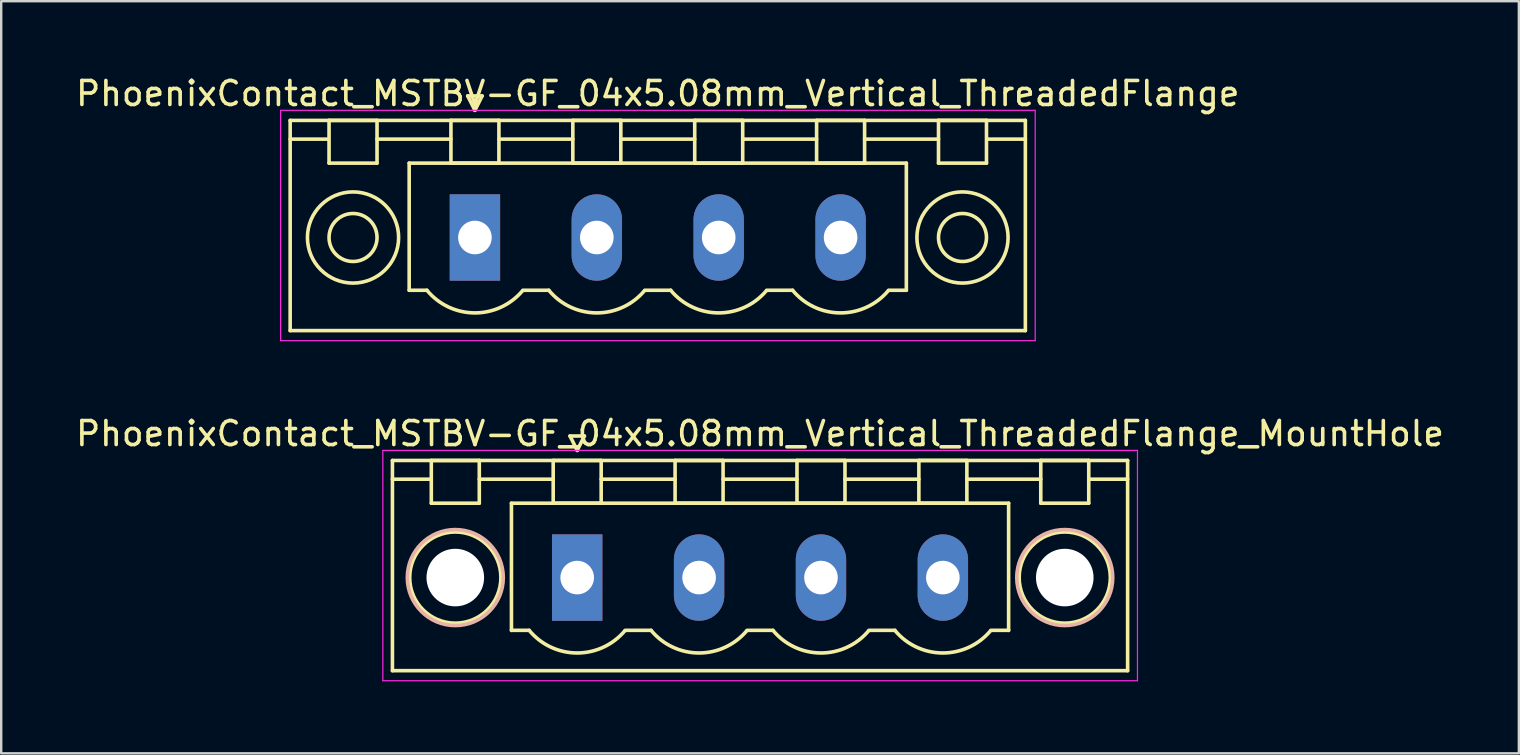
<source format=kicad_pcb>
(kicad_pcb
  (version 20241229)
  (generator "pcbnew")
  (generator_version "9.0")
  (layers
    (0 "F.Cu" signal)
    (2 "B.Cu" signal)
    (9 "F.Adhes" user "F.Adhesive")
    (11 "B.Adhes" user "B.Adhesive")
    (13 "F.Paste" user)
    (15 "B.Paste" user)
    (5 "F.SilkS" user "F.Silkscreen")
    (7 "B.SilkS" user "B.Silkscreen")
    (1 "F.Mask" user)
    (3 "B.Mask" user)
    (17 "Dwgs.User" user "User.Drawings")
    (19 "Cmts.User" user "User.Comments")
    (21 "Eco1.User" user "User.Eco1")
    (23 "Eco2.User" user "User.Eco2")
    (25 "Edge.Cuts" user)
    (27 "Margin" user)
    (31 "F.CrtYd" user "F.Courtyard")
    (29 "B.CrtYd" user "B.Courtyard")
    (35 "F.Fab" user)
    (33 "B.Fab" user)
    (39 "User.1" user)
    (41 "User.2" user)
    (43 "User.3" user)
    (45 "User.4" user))
  (footprint "PhoenixContact_MSTBV-GF_04x5.08mm_Vertical_ThreadedFlange"
    (layer "F.Cu")
    (at 16.743 6.848)
    (property "Reference" "PhoenixContact_MSTBV-GF_04x5.08mm_Vertical_ThreadedFlange" (at 7.62 -6 0) (layer "F.SilkS") (effects (font (size 1 1) (thickness 0.15))))
    (attr through_hole)
    (fp_line (start -7.7 -4.88) (end -7.7 3.88) (stroke (width 0.15) (type solid)) (layer "F.SilkS"))
    (fp_line (start -7.7 -4.1) (end -6.16 -4.1) (stroke (width 0.15) (type solid)) (layer "F.SilkS"))
    (fp_line (start -7.7 3.88) (end 22.94 3.88) (stroke (width 0.15) (type solid)) (layer "F.SilkS"))
    (fp_line (start -6.08 -4.88) (end -4.08 -4.88) (stroke (width 0.15) (type solid)) (layer "F.SilkS"))
    (fp_line (start -6.08 -3.1) (end -6.08 -4.88) (stroke (width 0.15) (type solid)) (layer "F.SilkS"))
    (fp_line (start -4.08 -4.88) (end -4.08 -3.1) (stroke (width 0.15) (type solid)) (layer "F.SilkS"))
    (fp_line (start -4.08 -4.1) (end -1 -4.1) (stroke (width 0.15) (type solid)) (layer "F.SilkS"))
    (fp_line (start -4.08 -3.1) (end -6.08 -3.1) (stroke (width 0.15) (type solid)) (layer "F.SilkS"))
    (fp_line (start -2.74 -3.1) (end 17.98 -3.1) (stroke (width 0.15) (type solid)) (layer "F.SilkS"))
    (fp_line (start -2.74 2.2) (end -2.74 -3.1) (stroke (width 0.15) (type solid)) (layer "F.SilkS"))
    (fp_line (start -2 2.2) (end -2.74 2.2) (stroke (width 0.15) (type solid)) (layer "F.SilkS"))
    (fp_line (start -1 -4.88) (end 1 -4.88) (stroke (width 0.15) (type solid)) (layer "F.SilkS"))
    (fp_line (start -1 -3.1) (end -1 -4.88) (stroke (width 0.15) (type solid)) (layer "F.SilkS"))
    (fp_line (start -0.3 -5.9) (end 0 -5.3) (stroke (width 0.15) (type solid)) (layer "F.SilkS"))
    (fp_line (start 0 -5.3) (end 0.3 -5.9) (stroke (width 0.15) (type solid)) (layer "F.SilkS"))
    (fp_line (start 0.3 -5.9) (end -0.3 -5.9) (stroke (width 0.15) (type solid)) (layer "F.SilkS"))
    (fp_line (start 1 -4.88) (end 1 -3.1) (stroke (width 0.15) (type solid)) (layer "F.SilkS"))
    (fp_line (start 1 -4.1) (end 4.08 -4.1) (stroke (width 0.15) (type solid)) (layer "F.SilkS"))
    (fp_line (start 1 -3.1) (end -1 -3.1) (stroke (width 0.15) (type solid)) (layer "F.SilkS"))
    (fp_line (start 2 2.2) (end 3.08 2.2) (stroke (width 0.15) (type solid)) (layer "F.SilkS"))
    (fp_line (start 4.08 -4.88) (end 6.08 -4.88) (stroke (width 0.15) (type solid)) (layer "F.SilkS"))
    (fp_line (start 4.08 -3.1) (end 4.08 -4.88) (stroke (width 0.15) (type solid)) (layer "F.SilkS"))
    (fp_line (start 6.08 -4.88) (end 6.08 -3.1) (stroke (width 0.15) (type solid)) (layer "F.SilkS"))
    (fp_line (start 6.08 -4.1) (end 9.16 -4.1) (stroke (width 0.15) (type solid)) (layer "F.SilkS"))
    (fp_line (start 6.08 -3.1) (end 4.08 -3.1) (stroke (width 0.15) (type solid)) (layer "F.SilkS"))
    (fp_line (start 7.08 2.2) (end 8.16 2.2) (stroke (width 0.15) (type solid)) (layer "F.SilkS"))
    (fp_line (start 9.16 -4.88) (end 11.16 -4.88) (stroke (width 0.15) (type solid)) (layer "F.SilkS"))
    (fp_line (start 9.16 -3.1) (end 9.16 -4.88) (stroke (width 0.15) (type solid)) (layer "F.SilkS"))
    (fp_line (start 11.16 -4.88) (end 11.16 -3.1) (stroke (width 0.15) (type solid)) (layer "F.SilkS"))
    (fp_line (start 11.16 -4.1) (end 14.24 -4.1) (stroke (width 0.15) (type solid)) (layer "F.SilkS"))
    (fp_line (start 11.16 -3.1) (end 9.16 -3.1) (stroke (width 0.15) (type solid)) (layer "F.SilkS"))
    (fp_line (start 12.16 2.2) (end 13.24 2.2) (stroke (width 0.15) (type solid)) (layer "F.SilkS"))
    (fp_line (start 14.24 -4.88) (end 16.24 -4.88) (stroke (width 0.15) (type solid)) (layer "F.SilkS"))
    (fp_line (start 14.24 -3.1) (end 14.24 -4.88) (stroke (width 0.15) (type solid)) (layer "F.SilkS"))
    (fp_line (start 16.24 -4.88) (end 16.24 -3.1) (stroke (width 0.15) (type solid)) (layer "F.SilkS"))
    (fp_line (start 16.24 -4.1) (end 19.32 -4.1) (stroke (width 0.15) (type solid)) (layer "F.SilkS"))
    (fp_line (start 16.24 -3.1) (end 14.24 -3.1) (stroke (width 0.15) (type solid)) (layer "F.SilkS"))
    (fp_line (start 17.98 -3.1) (end 17.98 2.2) (stroke (width 0.15) (type solid)) (layer "F.SilkS"))
    (fp_line (start 17.98 2.2) (end 17.24 2.2) (stroke (width 0.15) (type solid)) (layer "F.SilkS"))
    (fp_line (start 19.32 -4.88) (end 21.32 -4.88) (stroke (width 0.15) (type solid)) (layer "F.SilkS"))
    (fp_line (start 19.32 -3.1) (end 19.32 -4.88) (stroke (width 0.15) (type solid)) (layer "F.SilkS"))
    (fp_line (start 21.32 -4.88) (end 21.32 -3.1) (stroke (width 0.15) (type solid)) (layer "F.SilkS"))
    (fp_line (start 21.32 -3.1) (end 19.32 -3.1) (stroke (width 0.15) (type solid)) (layer "F.SilkS"))
    (fp_line (start 22.94 -4.88) (end -7.7 -4.88) (stroke (width 0.15) (type solid)) (layer "F.SilkS"))
    (fp_line (start 22.94 -4.1) (end 21.4 -4.1) (stroke (width 0.15) (type solid)) (layer "F.SilkS"))
    (fp_line (start 22.94 3.88) (end 22.94 -4.88) (stroke (width 0.15) (type solid)) (layer "F.SilkS"))
    (fp_arc (start 1.986842 2.215821) (mid -0.010289 3.142758) (end -2 2.2) (stroke (width 0.15) (type solid)) (layer "F.SilkS"))
    (fp_arc (start 7.066842 2.215821) (mid 5.069711 3.142758) (end 3.08 2.2) (stroke (width 0.15) (type solid)) (layer "F.SilkS"))
    (fp_arc (start 12.146842 2.215821) (mid 10.149711 3.142758) (end 8.16 2.2) (stroke (width 0.15) (type solid)) (layer "F.SilkS"))
    (fp_arc (start 17.226842 2.215821) (mid 15.229711 3.142758) (end 13.24 2.2) (stroke (width 0.15) (type solid)) (layer "F.SilkS"))
    (fp_circle (center -5.08 0) (end -4.08 0) (stroke (width 0.15) (type solid)) (fill no) (layer "F.SilkS"))
    (fp_circle (center -5.08 0) (end -3.18 0) (stroke (width 0.15) (type solid)) (fill no) (layer "F.SilkS"))
    (fp_circle (center 20.32 0) (end 21.32 0) (stroke (width 0.15) (type solid)) (fill no) (layer "F.SilkS"))
    (fp_circle (center 20.32 0) (end 22.22 0) (stroke (width 0.15) (type solid)) (fill no) (layer "F.SilkS"))
    (fp_line (start -8.1 -5.3) (end -8.1 4.3) (stroke (width 0.05) (type solid)) (layer "F.CrtYd"))
    (fp_line (start -8.1 4.3) (end 23.35 4.3) (stroke (width 0.05) (type solid)) (layer "F.CrtYd"))
    (fp_line (start 23.35 -5.3) (end -8.1 -5.3) (stroke (width 0.05) (type solid)) (layer "F.CrtYd"))
    (fp_line (start 23.35 4.3) (end 23.35 -5.3) (stroke (width 0.05) (type solid)) (layer "F.CrtYd"))
    (pad "1" thru_hole rect (at 0 0) (size 2.1 3.6) (drill 1.4) (layers "*.Cu" "*.Mask"))
    (pad "2" thru_hole oval (at 5.08 0) (size 2.1 3.6) (drill 1.4) (layers "*.Cu" "*.Mask"))
    (pad "3" thru_hole oval (at 10.16 0) (size 2.1 3.6) (drill 1.4) (layers "*.Cu" "*.Mask"))
    (pad "4" thru_hole oval (at 15.24 0) (size 2.1 3.6) (drill 1.4) (layers "*.Cu" "*.Mask")))
  (footprint "PhoenixContact_MSTBV-GF_04x5.08mm_Vertical_ThreadedFlange_MountHole"
    (layer "F.Cu")
    (at 21.005 21.021)
    (property "Reference" "PhoenixContact_MSTBV-GF_04x5.08mm_Vertical_ThreadedFlange_MountHole" (at 7.62 -6 0) (layer "F.SilkS") (effects (font (size 1 1) (thickness 0.15))))
    (attr through_hole)
    (fp_line (start -7.7 -4.88) (end -7.7 3.88) (stroke (width 0.15) (type solid)) (layer "F.SilkS"))
    (fp_line (start -7.7 -4.1) (end -6.16 -4.1) (stroke (width 0.15) (type solid)) (layer "F.SilkS"))
    (fp_line (start -7.7 3.88) (end 22.94 3.88) (stroke (width 0.15) (type solid)) (layer "F.SilkS"))
    (fp_line (start -6.08 -4.88) (end -4.08 -4.88) (stroke (width 0.15) (type solid)) (layer "F.SilkS"))
    (fp_line (start -6.08 -3.1) (end -6.08 -4.88) (stroke (width 0.15) (type solid)) (layer "F.SilkS"))
    (fp_line (start -4.08 -4.88) (end -4.08 -3.1) (stroke (width 0.15) (type solid)) (layer "F.SilkS"))
    (fp_line (start -4.08 -4.1) (end -1 -4.1) (stroke (width 0.15) (type solid)) (layer "F.SilkS"))
    (fp_line (start -4.08 -3.1) (end -6.08 -3.1) (stroke (width 0.15) (type solid)) (layer "F.SilkS"))
    (fp_line (start -2.74 -3.1) (end 17.98 -3.1) (stroke (width 0.15) (type solid)) (layer "F.SilkS"))
    (fp_line (start -2.74 2.2) (end -2.74 -3.1) (stroke (width 0.15) (type solid)) (layer "F.SilkS"))
    (fp_line (start -2 2.2) (end -2.74 2.2) (stroke (width 0.15) (type solid)) (layer "F.SilkS"))
    (fp_line (start -1 -4.88) (end 1 -4.88) (stroke (width 0.15) (type solid)) (layer "F.SilkS"))
    (fp_line (start -1 -3.1) (end -1 -4.88) (stroke (width 0.15) (type solid)) (layer "F.SilkS"))
    (fp_line (start -0.3 -5.9) (end 0 -5.3) (stroke (width 0.15) (type solid)) (layer "F.SilkS"))
    (fp_line (start 0 -5.3) (end 0.3 -5.9) (stroke (width 0.15) (type solid)) (layer "F.SilkS"))
    (fp_line (start 0.3 -5.9) (end -0.3 -5.9) (stroke (width 0.15) (type solid)) (layer "F.SilkS"))
    (fp_line (start 1 -4.88) (end 1 -3.1) (stroke (width 0.15) (type solid)) (layer "F.SilkS"))
    (fp_line (start 1 -4.1) (end 4.08 -4.1) (stroke (width 0.15) (type solid)) (layer "F.SilkS"))
    (fp_line (start 1 -3.1) (end -1 -3.1) (stroke (width 0.15) (type solid)) (layer "F.SilkS"))
    (fp_line (start 2 2.2) (end 3.08 2.2) (stroke (width 0.15) (type solid)) (layer "F.SilkS"))
    (fp_line (start 4.08 -4.88) (end 6.08 -4.88) (stroke (width 0.15) (type solid)) (layer "F.SilkS"))
    (fp_line (start 4.08 -3.1) (end 4.08 -4.88) (stroke (width 0.15) (type solid)) (layer "F.SilkS"))
    (fp_line (start 6.08 -4.88) (end 6.08 -3.1) (stroke (width 0.15) (type solid)) (layer "F.SilkS"))
    (fp_line (start 6.08 -4.1) (end 9.16 -4.1) (stroke (width 0.15) (type solid)) (layer "F.SilkS"))
    (fp_line (start 6.08 -3.1) (end 4.08 -3.1) (stroke (width 0.15) (type solid)) (layer "F.SilkS"))
    (fp_line (start 7.08 2.2) (end 8.16 2.2) (stroke (width 0.15) (type solid)) (layer "F.SilkS"))
    (fp_line (start 9.16 -4.88) (end 11.16 -4.88) (stroke (width 0.15) (type solid)) (layer "F.SilkS"))
    (fp_line (start 9.16 -3.1) (end 9.16 -4.88) (stroke (width 0.15) (type solid)) (layer "F.SilkS"))
    (fp_line (start 11.16 -4.88) (end 11.16 -3.1) (stroke (width 0.15) (type solid)) (layer "F.SilkS"))
    (fp_line (start 11.16 -4.1) (end 14.24 -4.1) (stroke (width 0.15) (type solid)) (layer "F.SilkS"))
    (fp_line (start 11.16 -3.1) (end 9.16 -3.1) (stroke (width 0.15) (type solid)) (layer "F.SilkS"))
    (fp_line (start 12.16 2.2) (end 13.24 2.2) (stroke (width 0.15) (type solid)) (layer "F.SilkS"))
    (fp_line (start 14.24 -4.88) (end 16.24 -4.88) (stroke (width 0.15) (type solid)) (layer "F.SilkS"))
    (fp_line (start 14.24 -3.1) (end 14.24 -4.88) (stroke (width 0.15) (type solid)) (layer "F.SilkS"))
    (fp_line (start 16.24 -4.88) (end 16.24 -3.1) (stroke (width 0.15) (type solid)) (layer "F.SilkS"))
    (fp_line (start 16.24 -4.1) (end 19.32 -4.1) (stroke (width 0.15) (type solid)) (layer "F.SilkS"))
    (fp_line (start 16.24 -3.1) (end 14.24 -3.1) (stroke (width 0.15) (type solid)) (layer "F.SilkS"))
    (fp_line (start 17.98 -3.1) (end 17.98 2.2) (stroke (width 0.15) (type solid)) (layer "F.SilkS"))
    (fp_line (start 17.98 2.2) (end 17.24 2.2) (stroke (width 0.15) (type solid)) (layer "F.SilkS"))
    (fp_line (start 19.32 -4.88) (end 21.32 -4.88) (stroke (width 0.15) (type solid)) (layer "F.SilkS"))
    (fp_line (start 19.32 -3.1) (end 19.32 -4.88) (stroke (width 0.15) (type solid)) (layer "F.SilkS"))
    (fp_line (start 21.32 -4.88) (end 21.32 -3.1) (stroke (width 0.15) (type solid)) (layer "F.SilkS"))
    (fp_line (start 21.32 -3.1) (end 19.32 -3.1) (stroke (width 0.15) (type solid)) (layer "F.SilkS"))
    (fp_line (start 22.94 -4.88) (end -7.7 -4.88) (stroke (width 0.15) (type solid)) (layer "F.SilkS"))
    (fp_line (start 22.94 -4.1) (end 21.4 -4.1) (stroke (width 0.15) (type solid)) (layer "F.SilkS"))
    (fp_line (start 22.94 3.88) (end 22.94 -4.88) (stroke (width 0.15) (type solid)) (layer "F.SilkS"))
    (fp_arc (start 1.986842 2.215821) (mid -0.010289 3.142758) (end -2 2.2) (stroke (width 0.15) (type solid)) (layer "F.SilkS"))
    (fp_arc (start 7.066842 2.215821) (mid 5.069711 3.142758) (end 3.08 2.2) (stroke (width 0.15) (type solid)) (layer "F.SilkS"))
    (fp_arc (start 12.146842 2.215821) (mid 10.149711 3.142758) (end 8.16 2.2) (stroke (width 0.15) (type solid)) (layer "F.SilkS"))
    (fp_arc (start 17.226842 2.215821) (mid 15.229711 3.142758) (end 13.24 2.2) (stroke (width 0.15) (type solid)) (layer "F.SilkS"))
    (fp_circle (center -5.08 0) (end -3.18 0) (stroke (width 0.15) (type solid)) (fill no) (layer "F.SilkS"))
    (fp_circle (center 20.32 0) (end 22.22 0) (stroke (width 0.15) (type solid)) (fill no) (layer "F.SilkS"))
    (fp_circle (center -5.08 0) (end -3.08 0) (stroke (width 0.15) (type solid)) (fill no) (layer "B.SilkS"))
    (fp_circle (center 20.32 0) (end 22.32 0) (stroke (width 0.15) (type solid)) (fill no) (layer "B.SilkS"))
    (fp_line (start -8.1 -5.3) (end -8.1 4.3) (stroke (width 0.05) (type solid)) (layer "F.CrtYd"))
    (fp_line (start -8.1 4.3) (end 23.35 4.3) (stroke (width 0.05) (type solid)) (layer "F.CrtYd"))
    (fp_line (start 23.35 -5.3) (end -8.1 -5.3) (stroke (width 0.05) (type solid)) (layer "F.CrtYd"))
    (fp_line (start 23.35 4.3) (end 23.35 -5.3) (stroke (width 0.05) (type solid)) (layer "F.CrtYd"))
    (pad "" np_thru_hole circle (at -5.08 0) (size 2.4 2.4) (drill 2.4) (layers "*.Cu" "*.Mask"))
    (pad "" np_thru_hole circle (at 20.32 0) (size 2.4 2.4) (drill 2.4) (layers "*.Cu" "*.Mask"))
    (pad "1" thru_hole rect (at 0 0) (size 2.1 3.6) (drill 1.4) (layers "*.Cu" "*.Mask"))
    (pad "2" thru_hole oval (at 5.08 0) (size 2.1 3.6) (drill 1.4) (layers "*.Cu" "*.Mask"))
    (pad "3" thru_hole oval (at 10.16 0) (size 2.1 3.6) (drill 1.4) (layers "*.Cu" "*.Mask"))
    (pad "4" thru_hole oval (at 15.24 0) (size 2.1 3.6) (drill 1.4) (layers "*.Cu" "*.Mask")))
  (gr_rect
    (start -3 -3)
    (end 60.25 28.346)
    (stroke (width 0.1) (type default))
    (fill no)
    (layer "Edge.Cuts")))
</source>
